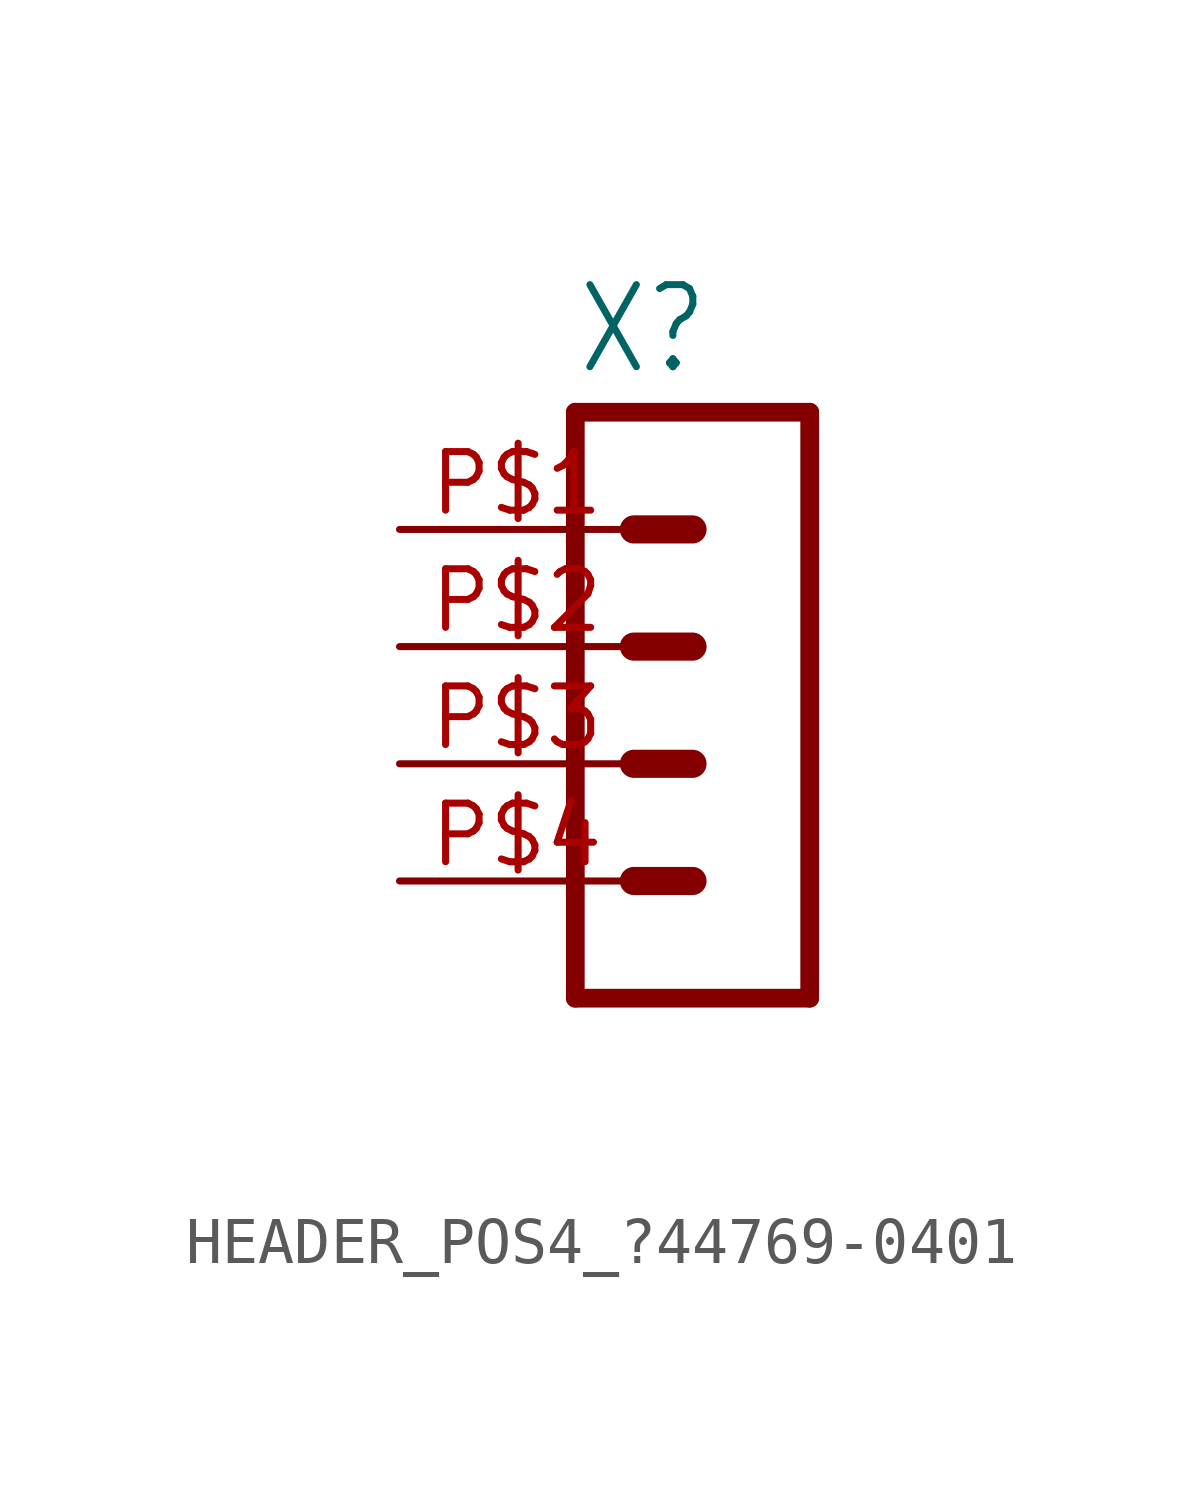
<source format=kicad_sym>
(kicad_symbol_lib
  (version 20231120)
  (generator "kicad_symbol_editor")
  (generator_version "8.0")
  (symbol "HEADER_POS4_?44769-0401"
    (property "Reference" "X"
      (at -1.27 8.382 0)
      (effects (font (size 1.778 1.511)) (justify left bottom)))
    (property "Value" ""
      (at -1.27 -7.62 0)
      (effects (font (size 1.778 1.511)) (justify left bottom)))
    (property "ki_locked" ""
      (at 0 0 0)
      (effects (font (size 1.27 1.27))))
    (symbol "HEADER_POS4_?44769-0401_1_0"
      (polyline (pts (xy -1.27 7.62) (xy -1.27 -5.08)) (stroke (width 0.406) (type solid)) (fill (type none)))
      (polyline (pts (xy -1.27 7.62) (xy 3.81 7.62)) (stroke (width 0.406) (type solid)) (fill (type none)))
      (polyline (pts (xy 0 -2.54) (xy 1.27 -2.54)) (stroke (width 0.61) (type solid)) (fill (type none)))
      (polyline (pts (xy 0 0) (xy 1.27 0)) (stroke (width 0.61) (type solid)) (fill (type none)))
      (polyline (pts (xy 0 2.54) (xy 1.27 2.54)) (stroke (width 0.61) (type solid)) (fill (type none)))
      (polyline (pts (xy 0 5.08) (xy 1.27 5.08)) (stroke (width 0.61) (type solid)) (fill (type none)))
      (polyline (pts (xy 3.81 -5.08) (xy -1.27 -5.08)) (stroke (width 0.406) (type solid)) (fill (type none)))
      (polyline (pts (xy 3.81 -5.08) (xy 3.81 7.62)) (stroke (width 0.406) (type solid)) (fill (type none)))
      (pin passive line (at -5.08 5.08 0) (length 5.08) (name "1" (effects (font (size 0 0)))) (number "P$1" (effects (font (size 1.27 1.27)))))
      (pin passive line (at -5.08 2.54 0) (length 5.08) (name "2" (effects (font (size 0 0)))) (number "P$2" (effects (font (size 1.27 1.27)))))
      (pin passive line (at -5.08 0 0) (length 5.08) (name "3" (effects (font (size 0 0)))) (number "P$3" (effects (font (size 1.27 1.27)))))
      (pin passive line (at -5.08 -2.54 0) (length 5.08) (name "4" (effects (font (size 0 0)))) (number "P$4" (effects (font (size 1.27 1.27))))))))
</source>
